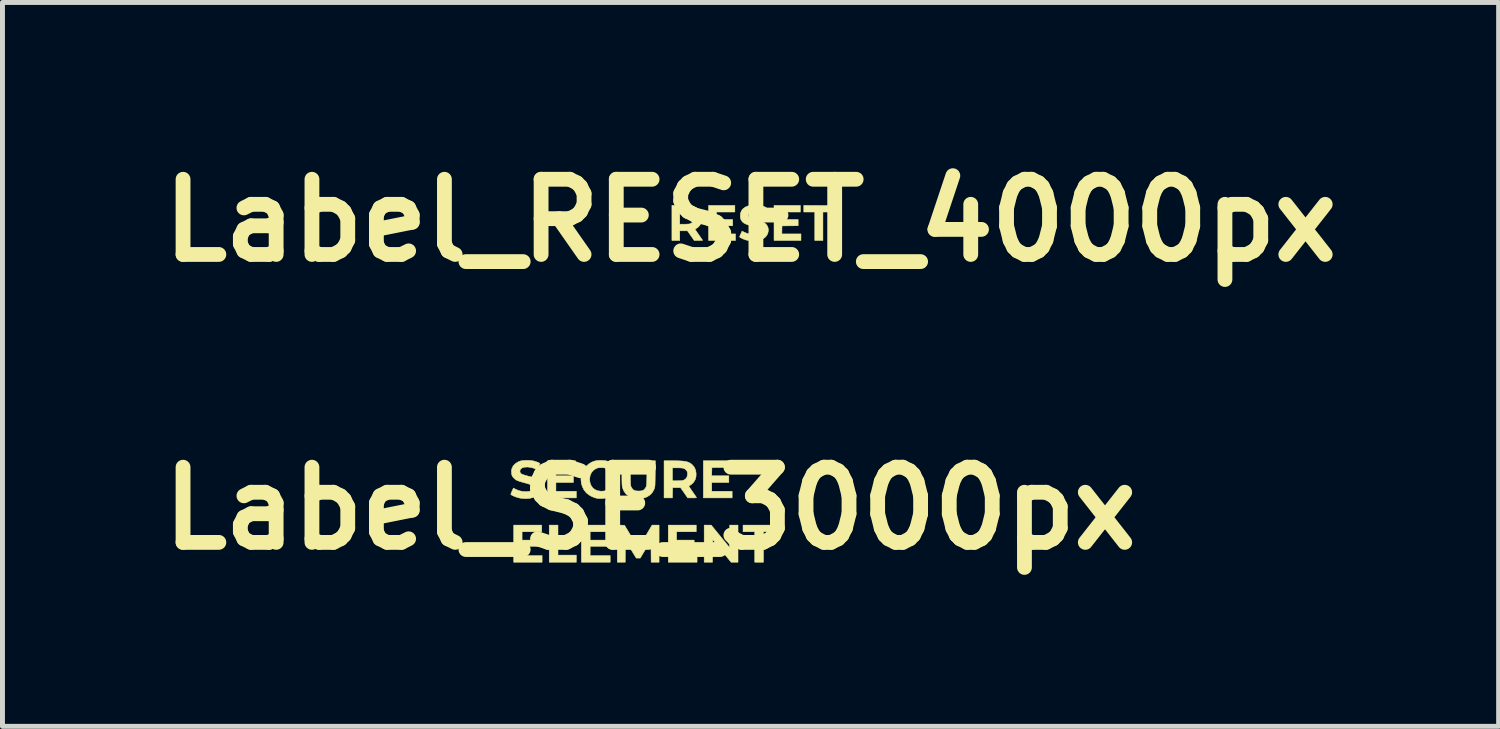
<source format=kicad_pcb>
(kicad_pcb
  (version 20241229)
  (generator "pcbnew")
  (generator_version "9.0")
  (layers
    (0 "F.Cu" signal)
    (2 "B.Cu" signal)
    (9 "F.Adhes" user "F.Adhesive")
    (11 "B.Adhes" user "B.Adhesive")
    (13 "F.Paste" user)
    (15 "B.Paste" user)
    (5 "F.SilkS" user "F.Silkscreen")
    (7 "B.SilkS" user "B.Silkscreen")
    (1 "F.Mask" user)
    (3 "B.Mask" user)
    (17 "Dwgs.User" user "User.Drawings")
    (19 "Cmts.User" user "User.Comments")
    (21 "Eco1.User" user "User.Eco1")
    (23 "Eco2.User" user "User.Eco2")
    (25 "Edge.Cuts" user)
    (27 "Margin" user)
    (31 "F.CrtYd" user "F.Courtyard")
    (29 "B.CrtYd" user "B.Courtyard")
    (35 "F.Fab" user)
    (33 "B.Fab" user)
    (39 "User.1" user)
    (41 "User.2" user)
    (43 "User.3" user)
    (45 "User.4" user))
  (footprint "Label_SE_3000px"
    (layer "F.Cu")
    (at 10.131 7.254)
    (property "Reference" "Label_SE_3000px" (at 0 0 0) (layer "F.SilkS") (effects (font (size 1.524 1.524) (thickness 0.3))))
    (attr through_hole)
    (fp_poly (pts (xy -1.871 0.948) (xy -1.499 0.948) (xy -1.499 1.092) (xy -2.049 1.092) (xy -2.049 0.339) (xy -1.871 0.339) (xy -1.871 0.948)) (stroke (width 0.01) (type solid)) (fill yes) (layer "F.SilkS"))
    (fp_poly (pts (xy 2.532 0.474) (xy 2.294 0.474) (xy 2.294 1.092) (xy 2.117 1.092) (xy 2.117 0.474) (xy 1.88 0.474) (xy 1.88 0.339) (xy 2.532 0.339) (xy 2.532 0.474)) (stroke (width 0.01) (type solid)) (fill yes) (layer "F.SilkS"))
    (fp_poly (pts (xy -2.201 0.474) (xy -2.599 0.474) (xy -2.599 0.643) (xy -2.252 0.643) (xy -2.252 0.77) (xy -2.599 0.77) (xy -2.599 0.957) (xy -2.193 0.957) (xy -2.193 1.092) (xy -2.769 1.092) (xy -2.769 0.339) (xy -2.201 0.339) (xy -2.201 0.474)) (stroke (width 0.01) (type solid)) (fill yes) (layer "F.SilkS"))
    (fp_poly (pts (xy -0.821 0.474) (xy -1.219 0.474) (xy -1.219 0.643) (xy -0.872 0.643) (xy -0.872 0.77) (xy -1.219 0.77) (xy -1.219 0.957) (xy -0.813 0.957) (xy -0.813 1.092) (xy -1.397 1.092) (xy -1.397 0.339) (xy -0.821 0.339) (xy -0.821 0.474)) (stroke (width 0.01) (type solid)) (fill yes) (layer "F.SilkS"))
    (fp_poly (pts (xy 1.643 -0.83) (xy 1.249 -0.826) (xy 1.244 -0.66) (xy 1.592 -0.66) (xy 1.592 -0.525) (xy 1.245 -0.525) (xy 1.245 -0.347) (xy 1.659 -0.347) (xy 1.659 -0.212) (xy 1.075 -0.212) (xy 1.075 -0.965) (xy 1.643 -0.965) (xy 1.643 -0.83)) (stroke (width 0.01) (type solid)) (fill yes) (layer "F.SilkS"))
    (fp_poly (pts (xy -1.516 -0.83) (xy -1.712 -0.828) (xy -1.909 -0.826) (xy -1.912 -0.743) (xy -1.914 -0.66) (xy -1.558 -0.66) (xy -1.558 -0.525) (xy -1.913 -0.525) (xy -1.913 -0.347) (xy -1.499 -0.347) (xy -1.499 -0.212) (xy -2.083 -0.212) (xy -2.083 -0.965) (xy -1.516 -0.965) (xy -1.516 -0.83)) (stroke (width 0.01) (type solid)) (fill yes) (layer "F.SilkS"))
    (fp_poly (pts (xy 0.931 0.474) (xy 0.533 0.474) (xy 0.533 0.643) (xy 0.889 0.643) (xy 0.889 0.77) (xy 0.713 0.772) (xy 0.538 0.775) (xy 0.538 0.953) (xy 0.743 0.955) (xy 0.948 0.957) (xy 0.948 1.092) (xy 0.364 1.092) (xy 0.364 0.339) (xy 0.931 0.339) (xy 0.931 0.474)) (stroke (width 0.01) (type solid)) (fill yes) (layer "F.SilkS"))
    (fp_poly (pts (xy 1.419 0.565) (xy 1.604 0.791) (xy 1.607 0.565) (xy 1.609 0.339) (xy 1.778 0.339) (xy 1.778 1.092) (xy 1.708 1.092) (xy 1.638 1.092) (xy 1.452 0.864) (xy 1.266 0.636) (xy 1.261 1.092) (xy 1.092 1.092) (xy 1.092 0.339) (xy 1.234 0.339) (xy 1.419 0.565)) (stroke (width 0.01) (type solid)) (fill yes) (layer "F.SilkS"))
    (fp_poly (pts (xy -0.595 0.34) (xy -0.522 0.343) (xy -0.386 0.569) (xy -0.352 0.625) (xy -0.321 0.676) (xy -0.294 0.72) (xy -0.272 0.757) (xy -0.255 0.783) (xy -0.246 0.798) (xy -0.245 0.8) (xy -0.239 0.794) (xy -0.226 0.775) (xy -0.207 0.745) (xy -0.182 0.706) (xy -0.153 0.658) (xy -0.121 0.605) (xy -0.102 0.572) (xy 0.036 0.339) (xy 0.178 0.339) (xy 0.178 1.092) (xy 0.017 1.092) (xy 0.013 0.643) (xy -0.095 0.825) (xy -0.204 1.008) (xy -0.285 1.008) (xy -0.395 0.828) (xy -0.504 0.648) (xy -0.508 1.092) (xy -0.669 1.092) (xy -0.669 0.338) (xy -0.595 0.34)) (stroke (width 0.01) (type solid)) (fill yes) (layer "F.SilkS"))
    (fp_poly (pts (xy -0.405 -0.713) (xy -0.404 -0.641) (xy -0.403 -0.584) (xy -0.402 -0.539) (xy -0.401 -0.506) (xy -0.399 -0.481) (xy -0.396 -0.462) (xy -0.393 -0.448) (xy -0.389 -0.437) (xy -0.383 -0.426) (xy -0.383 -0.426) (xy -0.362 -0.393) (xy -0.336 -0.37) (xy -0.304 -0.357) (xy -0.261 -0.352) (xy -0.237 -0.351) (xy -0.188 -0.354) (xy -0.151 -0.363) (xy -0.123 -0.381) (xy -0.101 -0.409) (xy -0.091 -0.426) (xy -0.085 -0.437) (xy -0.081 -0.448) (xy -0.078 -0.462) (xy -0.075 -0.48) (xy -0.073 -0.505) (xy -0.072 -0.538) (xy -0.071 -0.582) (xy -0.07 -0.639) (xy -0.069 -0.711) (xy -0.069 -0.713) (xy -0.067 -0.965) (xy 0.103 -0.965) (xy 0.1 -0.701) (xy 0.099 -0.626) (xy 0.098 -0.567) (xy 0.097 -0.52) (xy 0.096 -0.484) (xy 0.094 -0.456) (xy 0.091 -0.435) (xy 0.088 -0.419) (xy 0.084 -0.404) (xy 0.079 -0.39) (xy 0.078 -0.389) (xy 0.044 -0.326) (xy -0.001 -0.276) (xy -0.059 -0.237) (xy -0.105 -0.217) (xy -0.139 -0.209) (xy -0.183 -0.203) (xy -0.229 -0.199) (xy -0.273 -0.198) (xy -0.301 -0.2) (xy -0.376 -0.219) (xy -0.44 -0.249) (xy -0.493 -0.292) (xy -0.533 -0.346) (xy -0.559 -0.405) (xy -0.564 -0.422) (xy -0.568 -0.439) (xy -0.57 -0.459) (xy -0.573 -0.484) (xy -0.574 -0.516) (xy -0.575 -0.557) (xy -0.576 -0.61) (xy -0.576 -0.677) (xy -0.576 -0.712) (xy -0.576 -0.965) (xy -0.407 -0.965) (xy -0.405 -0.713)) (stroke (width 0.01) (type solid)) (fill yes) (layer "F.SilkS"))
    (fp_poly (pts (xy 0.464 -0.965) (xy 0.549 -0.964) (xy 0.62 -0.961) (xy 0.678 -0.956) (xy 0.725 -0.948) (xy 0.765 -0.937) (xy 0.799 -0.921) (xy 0.829 -0.902) (xy 0.857 -0.877) (xy 0.858 -0.876) (xy 0.896 -0.828) (xy 0.919 -0.771) (xy 0.929 -0.711) (xy 0.927 -0.644) (xy 0.91 -0.583) (xy 0.879 -0.53) (xy 0.835 -0.487) (xy 0.815 -0.473) (xy 0.795 -0.461) (xy 0.782 -0.453) (xy 0.78 -0.452) (xy 0.784 -0.445) (xy 0.796 -0.426) (xy 0.814 -0.399) (xy 0.837 -0.364) (xy 0.853 -0.342) (xy 0.879 -0.303) (xy 0.903 -0.27) (xy 0.921 -0.243) (xy 0.932 -0.226) (xy 0.935 -0.222) (xy 0.934 -0.217) (xy 0.923 -0.214) (xy 0.9 -0.212) (xy 0.863 -0.212) (xy 0.849 -0.212) (xy 0.758 -0.212) (xy 0.686 -0.316) (xy 0.614 -0.419) (xy 0.453 -0.419) (xy 0.451 -0.315) (xy 0.448 -0.212) (xy 0.279 -0.212) (xy 0.279 -0.821) (xy 0.449 -0.821) (xy 0.449 -0.559) (xy 0.548 -0.559) (xy 0.596 -0.56) (xy 0.63 -0.562) (xy 0.656 -0.566) (xy 0.677 -0.573) (xy 0.684 -0.575) (xy 0.719 -0.599) (xy 0.742 -0.632) (xy 0.753 -0.675) (xy 0.754 -0.696) (xy 0.752 -0.727) (xy 0.746 -0.749) (xy 0.733 -0.769) (xy 0.731 -0.771) (xy 0.711 -0.791) (xy 0.69 -0.805) (xy 0.663 -0.814) (xy 0.627 -0.819) (xy 0.58 -0.821) (xy 0.551 -0.821) (xy 0.449 -0.821) (xy 0.279 -0.821) (xy 0.279 -0.965) (xy 0.464 -0.965)) (stroke (width 0.01) (type solid)) (fill yes) (layer "F.SilkS"))
    (fp_poly (pts (xy -0.912 -0.967) (xy -0.838 -0.949) (xy -0.774 -0.919) (xy -0.721 -0.878) (xy -0.716 -0.873) (xy -0.691 -0.846) (xy -0.743 -0.794) (xy -0.795 -0.741) (xy -0.819 -0.764) (xy -0.859 -0.795) (xy -0.902 -0.815) (xy -0.953 -0.824) (xy -0.991 -0.825) (xy -1.029 -0.824) (xy -1.058 -0.821) (xy -1.081 -0.814) (xy -1.106 -0.803) (xy -1.158 -0.767) (xy -1.195 -0.721) (xy -1.219 -0.667) (xy -1.229 -0.602) (xy -1.23 -0.588) (xy -1.222 -0.522) (xy -1.201 -0.464) (xy -1.168 -0.417) (xy -1.123 -0.381) (xy -1.068 -0.357) (xy -1.003 -0.348) (xy -0.991 -0.347) (xy -0.935 -0.352) (xy -0.888 -0.365) (xy -0.846 -0.391) (xy -0.827 -0.406) (xy -0.796 -0.433) (xy -0.745 -0.385) (xy -0.722 -0.361) (xy -0.704 -0.342) (xy -0.695 -0.33) (xy -0.694 -0.329) (xy -0.701 -0.317) (xy -0.718 -0.299) (xy -0.742 -0.279) (xy -0.769 -0.26) (xy -0.772 -0.257) (xy -0.825 -0.231) (xy -0.889 -0.212) (xy -0.958 -0.201) (xy -1.027 -0.198) (xy -1.084 -0.204) (xy -1.137 -0.219) (xy -1.195 -0.244) (xy -1.249 -0.276) (xy -1.293 -0.312) (xy -1.296 -0.314) (xy -1.344 -0.374) (xy -1.378 -0.441) (xy -1.399 -0.515) (xy -1.406 -0.591) (xy -1.398 -0.667) (xy -1.376 -0.741) (xy -1.352 -0.79) (xy -1.324 -0.828) (xy -1.286 -0.867) (xy -1.242 -0.903) (xy -1.199 -0.93) (xy -1.191 -0.935) (xy -1.146 -0.953) (xy -1.103 -0.965) (xy -1.055 -0.971) (xy -0.997 -0.973) (xy -0.993 -0.973) (xy -0.912 -0.967)) (stroke (width 0.01) (type solid)) (fill yes) (layer "F.SilkS"))
    (fp_poly (pts (xy -2.45 -0.972) (xy -2.381 -0.964) (xy -2.32 -0.948) (xy -2.285 -0.934) (xy -2.237 -0.913) (xy -2.29 -0.781) (xy -2.322 -0.797) (xy -2.371 -0.816) (xy -2.428 -0.831) (xy -2.484 -0.838) (xy -2.497 -0.838) (xy -2.554 -0.834) (xy -2.596 -0.821) (xy -2.625 -0.799) (xy -2.64 -0.77) (xy -2.642 -0.753) (xy -2.64 -0.734) (xy -2.633 -0.718) (xy -2.62 -0.704) (xy -2.598 -0.691) (xy -2.565 -0.679) (xy -2.52 -0.665) (xy -2.46 -0.649) (xy -2.453 -0.648) (xy -2.392 -0.631) (xy -2.345 -0.615) (xy -2.308 -0.597) (xy -2.278 -0.578) (xy -2.259 -0.561) (xy -2.23 -0.525) (xy -2.213 -0.483) (xy -2.207 -0.432) (xy -2.207 -0.428) (xy -2.215 -0.371) (xy -2.237 -0.322) (xy -2.273 -0.279) (xy -2.32 -0.245) (xy -2.378 -0.219) (xy -2.446 -0.203) (xy -2.521 -0.197) (xy -2.603 -0.202) (xy -2.617 -0.204) (xy -2.656 -0.211) (xy -2.697 -0.222) (xy -2.737 -0.236) (xy -2.774 -0.251) (xy -2.803 -0.265) (xy -2.822 -0.278) (xy -2.828 -0.286) (xy -2.825 -0.296) (xy -2.816 -0.317) (xy -2.804 -0.346) (xy -2.801 -0.352) (xy -2.774 -0.412) (xy -2.74 -0.392) (xy -2.67 -0.361) (xy -2.592 -0.343) (xy -2.526 -0.339) (xy -2.468 -0.342) (xy -2.426 -0.352) (xy -2.398 -0.369) (xy -2.383 -0.394) (xy -2.381 -0.426) (xy -2.388 -0.448) (xy -2.408 -0.468) (xy -2.44 -0.486) (xy -2.487 -0.502) (xy -2.508 -0.507) (xy -2.573 -0.525) (xy -2.624 -0.539) (xy -2.664 -0.552) (xy -2.694 -0.563) (xy -2.718 -0.575) (xy -2.737 -0.588) (xy -2.755 -0.603) (xy -2.76 -0.608) (xy -2.784 -0.634) (xy -2.799 -0.657) (xy -2.808 -0.683) (xy -2.81 -0.695) (xy -2.815 -0.756) (xy -2.804 -0.812) (xy -2.778 -0.862) (xy -2.737 -0.905) (xy -2.681 -0.941) (xy -2.671 -0.945) (xy -2.644 -0.956) (xy -2.618 -0.964) (xy -2.587 -0.968) (xy -2.547 -0.971) (xy -2.529 -0.972) (xy -2.45 -0.972)) (stroke (width 0.01) (type solid)) (fill yes) (layer "F.SilkS")))
  (footprint "Label_RESET_4000px"
    (layer "F.Cu")
    (at 12.163 1.418)
    (property "Reference" "Label_RESET_4000px" (at 0 0 0) (layer "F.SilkS") (effects (font (size 1.524 1.524) (thickness 0.3))))
    (attr through_hole)
    (fp_poly (pts (xy 1.386 -0.303) (xy 1.692 -0.302) (xy 1.694 -0.237) (xy 1.696 -0.171) (xy 1.467 -0.171) (xy 1.467 0.406) (xy 1.302 0.406) (xy 1.302 -0.171) (xy 1.079 -0.171) (xy 1.079 -0.305) (xy 1.386 -0.303)) (stroke (width 0.01) (type solid)) (fill yes) (layer "F.SilkS"))
    (fp_poly (pts (xy -0.318 -0.171) (xy -0.692 -0.171) (xy -0.692 -0.019) (xy -0.362 -0.019) (xy -0.362 0.108) (xy -0.525 0.109) (xy -0.689 0.111) (xy -0.691 0.192) (xy -0.693 0.273) (xy -0.305 0.273) (xy -0.305 0.406) (xy -0.851 0.406) (xy -0.851 -0.305) (xy -0.318 -0.305) (xy -0.318 -0.171)) (stroke (width 0.01) (type solid)) (fill yes) (layer "F.SilkS"))
    (fp_poly (pts (xy 1.01 -0.171) (xy 0.635 -0.171) (xy 0.635 -0.019) (xy 0.965 -0.019) (xy 0.965 0.108) (xy 0.802 0.109) (xy 0.638 0.111) (xy 0.636 0.192) (xy 0.635 0.273) (xy 1.022 0.273) (xy 1.022 0.406) (xy 0.476 0.406) (xy 0.476 -0.305) (xy 1.01 -0.305) (xy 1.01 -0.171)) (stroke (width 0.01) (type solid)) (fill yes) (layer "F.SilkS"))
    (fp_poly (pts (xy -1.402 -0.303) (xy -1.342 -0.302) (xy -1.294 -0.301) (xy -1.255 -0.299) (xy -1.223 -0.297) (xy -1.197 -0.294) (xy -1.175 -0.289) (xy -1.155 -0.283) (xy -1.137 -0.276) (xy -1.117 -0.266) (xy -1.103 -0.259) (xy -1.06 -0.229) (xy -1.026 -0.191) (xy -1.004 -0.153) (xy -0.997 -0.136) (xy -0.992 -0.12) (xy -0.989 -0.103) (xy -0.988 -0.08) (xy -0.987 -0.048) (xy -0.987 -0.044) (xy -0.988 -0.012) (xy -0.989 0.011) (xy -0.991 0.028) (xy -0.996 0.042) (xy -1.002 0.057) (xy -1.005 0.062) (xy -1.034 0.107) (xy -1.068 0.141) (xy -1.095 0.159) (xy -1.112 0.169) (xy -1.122 0.176) (xy -1.124 0.179) (xy -1.12 0.185) (xy -1.111 0.2) (xy -1.096 0.223) (xy -1.077 0.251) (xy -1.055 0.282) (xy -1.048 0.292) (xy -1.025 0.325) (xy -1.005 0.354) (xy -0.989 0.377) (xy -0.977 0.394) (xy -0.972 0.403) (xy -0.972 0.404) (xy -0.978 0.405) (xy -0.994 0.405) (xy -1.018 0.406) (xy -1.048 0.406) (xy -1.057 0.406) (xy -1.142 0.406) (xy -1.279 0.21) (xy -1.435 0.21) (xy -1.435 0.406) (xy -1.594 0.406) (xy -1.594 0.076) (xy -1.435 0.076) (xy -1.344 0.076) (xy -1.308 0.076) (xy -1.276 0.074) (xy -1.25 0.072) (xy -1.233 0.07) (xy -1.231 0.069) (xy -1.206 0.057) (xy -1.183 0.041) (xy -1.165 0.024) (xy -1.161 0.017) (xy -1.15 -0.015) (xy -1.148 -0.052) (xy -1.153 -0.088) (xy -1.167 -0.119) (xy -1.169 -0.122) (xy -1.182 -0.138) (xy -1.198 -0.15) (xy -1.218 -0.158) (xy -1.244 -0.164) (xy -1.278 -0.168) (xy -1.323 -0.17) (xy -1.335 -0.17) (xy -1.435 -0.173) (xy -1.435 0.076) (xy -1.594 0.076) (xy -1.594 -0.306) (xy -1.402 -0.303)) (stroke (width 0.01) (type solid)) (fill yes) (layer "F.SilkS"))
    (fp_poly (pts (xy 0.142 -0.311) (xy 0.205 -0.302) (xy 0.264 -0.285) (xy 0.298 -0.27) (xy 0.316 -0.259) (xy 0.327 -0.25) (xy 0.328 -0.246) (xy 0.325 -0.237) (xy 0.318 -0.219) (xy 0.308 -0.196) (xy 0.304 -0.186) (xy 0.295 -0.162) (xy 0.286 -0.144) (xy 0.28 -0.134) (xy 0.278 -0.133) (xy 0.27 -0.136) (xy 0.254 -0.143) (xy 0.241 -0.149) (xy 0.2 -0.166) (xy 0.154 -0.177) (xy 0.105 -0.183) (xy 0.059 -0.184) (xy 0.019 -0.178) (xy 0.017 -0.177) (xy -0.014 -0.164) (xy -0.036 -0.142) (xy -0.048 -0.115) (xy -0.049 -0.11) (xy -0.05 -0.091) (xy -0.046 -0.079) (xy -0.034 -0.066) (xy -0.033 -0.065) (xy -0.026 -0.059) (xy -0.017 -0.053) (xy -0.005 -0.047) (xy 0.012 -0.041) (xy 0.035 -0.033) (xy 0.065 -0.024) (xy 0.105 -0.013) (xy 0.155 0.001) (xy 0.162 0.003) (xy 0.207 0.016) (xy 0.243 0.029) (xy 0.27 0.042) (xy 0.293 0.057) (xy 0.313 0.076) (xy 0.323 0.086) (xy 0.346 0.122) (xy 0.359 0.164) (xy 0.361 0.211) (xy 0.36 0.215) (xy 0.35 0.262) (xy 0.329 0.304) (xy 0.298 0.34) (xy 0.258 0.369) (xy 0.21 0.392) (xy 0.154 0.408) (xy 0.092 0.416) (xy 0.025 0.415) (xy -0.003 0.413) (xy -0.034 0.408) (xy -0.068 0.402) (xy -0.089 0.397) (xy -0.114 0.389) (xy -0.141 0.379) (xy -0.168 0.367) (xy -0.192 0.355) (xy -0.211 0.345) (xy -0.221 0.336) (xy -0.222 0.334) (xy -0.22 0.325) (xy -0.213 0.307) (xy -0.203 0.284) (xy -0.197 0.271) (xy -0.172 0.216) (xy -0.129 0.238) (xy -0.082 0.258) (xy -0.033 0.273) (xy 0.017 0.282) (xy 0.064 0.286) (xy 0.107 0.283) (xy 0.145 0.275) (xy 0.173 0.261) (xy 0.179 0.256) (xy 0.196 0.234) (xy 0.2 0.21) (xy 0.194 0.187) (xy 0.177 0.166) (xy 0.163 0.156) (xy 0.148 0.149) (xy 0.123 0.14) (xy 0.091 0.13) (xy 0.056 0.12) (xy 0.035 0.115) (xy -0.017 0.101) (xy -0.058 0.088) (xy -0.09 0.076) (xy -0.116 0.064) (xy -0.138 0.051) (xy -0.156 0.036) (xy -0.157 0.036) (xy -0.184 0.004) (xy -0.201 -0.031) (xy -0.208 -0.074) (xy -0.208 -0.105) (xy -0.201 -0.155) (xy -0.183 -0.198) (xy -0.155 -0.234) (xy -0.116 -0.264) (xy -0.095 -0.276) (xy -0.044 -0.296) (xy 0.015 -0.309) (xy 0.078 -0.314) (xy 0.142 -0.311)) (stroke (width 0.01) (type solid)) (fill yes) (layer "F.SilkS")))
  (gr_rect
    (start -3 -3)
    (end 27.326 11.672)
    (stroke (width 0.1) (type default))
    (fill no)
    (layer "Edge.Cuts")))
</source>
